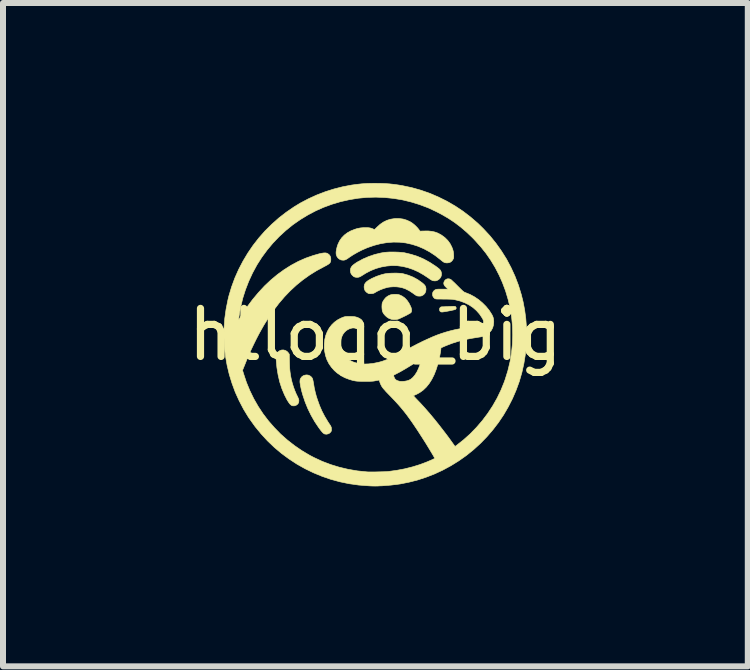
<source format=kicad_pcb>
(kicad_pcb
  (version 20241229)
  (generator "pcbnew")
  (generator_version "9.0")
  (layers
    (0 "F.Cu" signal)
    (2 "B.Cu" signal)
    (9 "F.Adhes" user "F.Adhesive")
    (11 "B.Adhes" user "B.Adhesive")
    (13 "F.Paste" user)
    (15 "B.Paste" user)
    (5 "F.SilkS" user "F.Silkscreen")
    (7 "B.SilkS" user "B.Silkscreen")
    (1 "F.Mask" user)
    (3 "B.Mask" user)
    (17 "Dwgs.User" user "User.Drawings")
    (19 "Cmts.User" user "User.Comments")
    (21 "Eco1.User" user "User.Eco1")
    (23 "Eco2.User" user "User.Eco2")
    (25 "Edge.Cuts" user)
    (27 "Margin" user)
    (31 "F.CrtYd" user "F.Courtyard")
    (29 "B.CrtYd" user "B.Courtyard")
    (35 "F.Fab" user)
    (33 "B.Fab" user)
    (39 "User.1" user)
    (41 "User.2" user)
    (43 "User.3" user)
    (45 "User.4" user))
  (footprint "htlogo_big"
    (layer "F.Cu")
    (at 3.205 2.525)
    (property "Reference" "htlogo_big" (at 0 0 0) (layer "F.SilkS") (effects (font (size 0.8 0.8) (thickness 0.12))))
    (attr through_hole)
    (fp_poly (pts (xy 1.317 -0.47) (xy 1.326 -0.469) (xy 1.332 -0.468) (xy 1.336 -0.465) (xy 1.337 -0.464) (xy 1.345 -0.451) (xy 1.346 -0.436) (xy 1.339 -0.424) (xy 1.335 -0.42) (xy 1.326 -0.417) (xy 1.309 -0.412) (xy 1.286 -0.407) (xy 1.259 -0.401) (xy 1.229 -0.395) (xy 1.198 -0.389) (xy 1.169 -0.384) (xy 1.143 -0.38) (xy 1.123 -0.377) (xy 1.109 -0.376) (xy 1.109 -0.376) (xy 1.093 -0.378) (xy 1.082 -0.384) (xy 1.077 -0.389) (xy 1.069 -0.406) (xy 1.068 -0.424) (xy 1.073 -0.441) (xy 1.083 -0.455) (xy 1.098 -0.462) (xy 1.103 -0.462) (xy 1.112 -0.463) (xy 1.129 -0.463) (xy 1.152 -0.464) (xy 1.181 -0.466) (xy 1.213 -0.467) (xy 1.221 -0.468) (xy 1.257 -0.469) (xy 1.284 -0.47) (xy 1.303 -0.471) (xy 1.317 -0.47)) (stroke (width 0.01) (type solid)) (fill yes) (layer "F.SilkS"))
    (fp_poly (pts (xy 0.352 -0.671) (xy 0.386 -0.666) (xy 0.403 -0.661) (xy 0.448 -0.64) (xy 0.49 -0.61) (xy 0.527 -0.571) (xy 0.559 -0.525) (xy 0.586 -0.471) (xy 0.595 -0.45) (xy 0.602 -0.422) (xy 0.603 -0.396) (xy 0.598 -0.375) (xy 0.591 -0.365) (xy 0.583 -0.359) (xy 0.568 -0.35) (xy 0.546 -0.338) (xy 0.521 -0.324) (xy 0.493 -0.31) (xy 0.464 -0.296) (xy 0.436 -0.283) (xy 0.411 -0.271) (xy 0.391 -0.262) (xy 0.376 -0.257) (xy 0.376 -0.257) (xy 0.343 -0.251) (xy 0.306 -0.25) (xy 0.272 -0.254) (xy 0.264 -0.256) (xy 0.224 -0.271) (xy 0.189 -0.294) (xy 0.163 -0.318) (xy 0.14 -0.345) (xy 0.125 -0.37) (xy 0.115 -0.397) (xy 0.111 -0.429) (xy 0.109 -0.462) (xy 0.11 -0.488) (xy 0.111 -0.506) (xy 0.113 -0.52) (xy 0.118 -0.534) (xy 0.123 -0.546) (xy 0.148 -0.587) (xy 0.178 -0.621) (xy 0.215 -0.646) (xy 0.248 -0.661) (xy 0.279 -0.668) (xy 0.315 -0.671) (xy 0.352 -0.671)) (stroke (width 0.01) (type solid)) (fill yes) (layer "F.SilkS"))
    (fp_poly (pts (xy -1.501 0.264) (xy -1.474 0.279) (xy -1.451 0.303) (xy -1.451 0.304) (xy -1.435 0.326) (xy -1.432 0.456) (xy -1.43 0.513) (xy -1.428 0.562) (xy -1.424 0.605) (xy -1.419 0.645) (xy -1.413 0.685) (xy -1.405 0.726) (xy -1.399 0.754) (xy -1.384 0.812) (xy -1.365 0.873) (xy -1.343 0.933) (xy -1.32 0.988) (xy -1.307 1.014) (xy -1.294 1.041) (xy -1.285 1.061) (xy -1.279 1.076) (xy -1.276 1.089) (xy -1.275 1.101) (xy -1.275 1.105) (xy -1.279 1.133) (xy -1.292 1.155) (xy -1.313 1.173) (xy -1.321 1.177) (xy -1.349 1.187) (xy -1.376 1.187) (xy -1.392 1.183) (xy -1.409 1.172) (xy -1.428 1.153) (xy -1.448 1.125) (xy -1.471 1.089) (xy -1.495 1.042) (xy -1.514 1.005) (xy -1.558 0.9) (xy -1.594 0.79) (xy -1.621 0.673) (xy -1.641 0.551) (xy -1.651 0.443) (xy -1.653 0.403) (xy -1.654 0.372) (xy -1.652 0.347) (xy -1.648 0.328) (xy -1.641 0.312) (xy -1.631 0.298) (xy -1.619 0.286) (xy -1.592 0.267) (xy -1.562 0.257) (xy -1.531 0.256) (xy -1.501 0.264)) (stroke (width 0.01) (type solid)) (fill yes) (layer "F.SilkS"))
    (fp_poly (pts (xy -1.113 0.677) (xy -1.087 0.69) (xy -1.064 0.709) (xy -1.054 0.723) (xy -1.047 0.737) (xy -1.042 0.755) (xy -1.037 0.779) (xy -1.031 0.811) (xy -1.019 0.886) (xy -1.003 0.957) (xy -0.984 1.029) (xy -0.965 1.087) (xy -0.93 1.184) (xy -0.891 1.274) (xy -0.847 1.359) (xy -0.797 1.443) (xy -0.778 1.473) (xy -0.761 1.498) (xy -0.749 1.516) (xy -0.742 1.53) (xy -0.737 1.541) (xy -0.734 1.552) (xy -0.733 1.564) (xy -0.733 1.57) (xy -0.732 1.589) (xy -0.734 1.603) (xy -0.738 1.614) (xy -0.743 1.621) (xy -0.762 1.641) (xy -0.787 1.654) (xy -0.816 1.66) (xy -0.846 1.656) (xy -0.847 1.656) (xy -0.858 1.65) (xy -0.872 1.639) (xy -0.889 1.621) (xy -0.909 1.597) (xy -0.933 1.565) (xy -0.948 1.544) (xy -1.013 1.447) (xy -1.072 1.343) (xy -1.125 1.235) (xy -1.17 1.125) (xy -1.207 1.015) (xy -1.211 1.002) (xy -1.226 0.949) (xy -1.238 0.9) (xy -1.247 0.857) (xy -1.253 0.82) (xy -1.257 0.792) (xy -1.257 0.785) (xy -1.256 0.764) (xy -1.254 0.748) (xy -1.248 0.734) (xy -1.243 0.725) (xy -1.224 0.701) (xy -1.199 0.684) (xy -1.171 0.675) (xy -1.142 0.672) (xy -1.113 0.677)) (stroke (width 0.01) (type solid)) (fill yes) (layer "F.SilkS"))
    (fp_poly (pts (xy 0.356 -1.024) (xy 0.398 -1.022) (xy 0.434 -1.019) (xy 0.462 -1.014) (xy 0.547 -0.99) (xy 0.629 -0.957) (xy 0.706 -0.915) (xy 0.779 -0.863) (xy 0.78 -0.862) (xy 0.807 -0.839) (xy 0.825 -0.819) (xy 0.836 -0.798) (xy 0.842 -0.775) (xy 0.843 -0.754) (xy 0.839 -0.719) (xy 0.825 -0.689) (xy 0.804 -0.665) (xy 0.775 -0.648) (xy 0.774 -0.647) (xy 0.754 -0.642) (xy 0.729 -0.641) (xy 0.705 -0.643) (xy 0.688 -0.647) (xy 0.677 -0.653) (xy 0.661 -0.664) (xy 0.642 -0.677) (xy 0.626 -0.689) (xy 0.563 -0.731) (xy 0.497 -0.764) (xy 0.449 -0.78) (xy 0.403 -0.79) (xy 0.352 -0.796) (xy 0.298 -0.797) (xy 0.244 -0.793) (xy 0.208 -0.788) (xy 0.147 -0.771) (xy 0.085 -0.748) (xy 0.027 -0.72) (xy 0.01 -0.71) (xy -0.011 -0.697) (xy -0.026 -0.69) (xy -0.04 -0.685) (xy -0.055 -0.683) (xy -0.069 -0.682) (xy -0.091 -0.681) (xy -0.107 -0.683) (xy -0.121 -0.688) (xy -0.125 -0.69) (xy -0.153 -0.71) (xy -0.174 -0.735) (xy -0.185 -0.766) (xy -0.188 -0.794) (xy -0.185 -0.819) (xy -0.178 -0.842) (xy -0.164 -0.863) (xy -0.143 -0.884) (xy -0.114 -0.905) (xy -0.076 -0.926) (xy -0.062 -0.934) (xy 0.018 -0.97) (xy 0.104 -0.999) (xy 0.156 -1.012) (xy 0.186 -1.017) (xy 0.224 -1.021) (xy 0.267 -1.023) (xy 0.311 -1.024) (xy 0.356 -1.024)) (stroke (width 0.01) (type solid)) (fill yes) (layer "F.SilkS"))
    (fp_poly (pts (xy 0.34 -1.375) (xy 0.39 -1.373) (xy 0.436 -1.369) (xy 0.476 -1.365) (xy 0.49 -1.362) (xy 0.599 -1.336) (xy 0.704 -1.302) (xy 0.806 -1.258) (xy 0.905 -1.204) (xy 1.002 -1.141) (xy 1.006 -1.138) (xy 1.037 -1.115) (xy 1.06 -1.097) (xy 1.077 -1.08) (xy 1.088 -1.064) (xy 1.095 -1.048) (xy 1.099 -1.031) (xy 1.101 -1.022) (xy 1.1 -0.989) (xy 1.091 -0.96) (xy 1.072 -0.933) (xy 1.068 -0.929) (xy 1.04 -0.908) (xy 1.01 -0.896) (xy 0.978 -0.895) (xy 0.949 -0.901) (xy 0.938 -0.907) (xy 0.92 -0.917) (xy 0.9 -0.93) (xy 0.889 -0.939) (xy 0.801 -0.997) (xy 0.715 -1.046) (xy 0.628 -1.085) (xy 0.541 -1.115) (xy 0.453 -1.136) (xy 0.362 -1.148) (xy 0.361 -1.148) (xy 0.274 -1.15) (xy 0.186 -1.142) (xy 0.097 -1.126) (xy 0.009 -1.101) (xy -0.076 -1.067) (xy -0.157 -1.025) (xy -0.221 -0.985) (xy -0.249 -0.968) (xy -0.273 -0.958) (xy -0.281 -0.956) (xy -0.302 -0.954) (xy -0.325 -0.955) (xy -0.346 -0.96) (xy -0.36 -0.966) (xy -0.36 -0.966) (xy -0.386 -0.989) (xy -0.404 -1.012) (xy -0.413 -1.037) (xy -0.417 -1.066) (xy -0.417 -1.067) (xy -0.415 -1.091) (xy -0.408 -1.112) (xy -0.396 -1.133) (xy -0.378 -1.153) (xy -0.352 -1.174) (xy -0.319 -1.197) (xy -0.293 -1.213) (xy -0.203 -1.261) (xy -0.108 -1.302) (xy -0.01 -1.335) (xy 0.09 -1.359) (xy 0.154 -1.37) (xy 0.193 -1.373) (xy 0.239 -1.376) (xy 0.289 -1.376) (xy 0.34 -1.375)) (stroke (width 0.01) (type solid)) (fill yes) (layer "F.SilkS"))
    (fp_poly (pts (xy 0.402 -1.933) (xy 0.462 -1.925) (xy 0.518 -1.908) (xy 0.574 -1.883) (xy 0.591 -1.873) (xy 0.617 -1.856) (xy 0.647 -1.832) (xy 0.675 -1.806) (xy 0.702 -1.778) (xy 0.722 -1.753) (xy 0.724 -1.751) (xy 0.742 -1.724) (xy 0.822 -1.726) (xy 0.885 -1.726) (xy 0.94 -1.72) (xy 0.991 -1.709) (xy 1.038 -1.692) (xy 1.084 -1.668) (xy 1.104 -1.656) (xy 1.159 -1.615) (xy 1.206 -1.568) (xy 1.244 -1.516) (xy 1.274 -1.458) (xy 1.29 -1.415) (xy 1.297 -1.388) (xy 1.302 -1.358) (xy 1.304 -1.327) (xy 1.305 -1.299) (xy 1.303 -1.276) (xy 1.301 -1.268) (xy 1.288 -1.244) (xy 1.269 -1.221) (xy 1.246 -1.205) (xy 1.242 -1.203) (xy 1.219 -1.197) (xy 1.192 -1.194) (xy 1.165 -1.197) (xy 1.149 -1.202) (xy 1.137 -1.208) (xy 1.121 -1.219) (xy 1.102 -1.234) (xy 1.09 -1.244) (xy 0.998 -1.316) (xy 0.904 -1.378) (xy 0.808 -1.43) (xy 0.71 -1.472) (xy 0.61 -1.504) (xy 0.508 -1.527) (xy 0.405 -1.539) (xy 0.301 -1.541) (xy 0.195 -1.533) (xy 0.087 -1.515) (xy -0.021 -1.487) (xy -0.132 -1.449) (xy -0.153 -1.44) (xy -0.226 -1.408) (xy -0.3 -1.37) (xy -0.37 -1.33) (xy -0.434 -1.288) (xy -0.446 -1.279) (xy -0.471 -1.262) (xy -0.492 -1.25) (xy -0.51 -1.243) (xy -0.528 -1.24) (xy -0.542 -1.24) (xy -0.573 -1.244) (xy -0.601 -1.258) (xy -0.625 -1.278) (xy -0.642 -1.304) (xy -0.653 -1.335) (xy -0.655 -1.359) (xy -0.654 -1.383) (xy -0.649 -1.413) (xy -0.642 -1.446) (xy -0.633 -1.478) (xy -0.623 -1.506) (xy -0.623 -1.507) (xy -0.595 -1.564) (xy -0.56 -1.614) (xy -0.517 -1.658) (xy -0.467 -1.696) (xy -0.409 -1.728) (xy -0.343 -1.754) (xy -0.305 -1.766) (xy -0.277 -1.772) (xy -0.25 -1.777) (xy -0.219 -1.78) (xy -0.188 -1.782) (xy -0.144 -1.782) (xy -0.108 -1.78) (xy -0.076 -1.774) (xy -0.048 -1.764) (xy -0.034 -1.758) (xy -0.015 -1.749) (xy 0.027 -1.79) (xy 0.08 -1.838) (xy 0.134 -1.875) (xy 0.191 -1.903) (xy 0.251 -1.922) (xy 0.315 -1.932) (xy 0.338 -1.934) (xy 0.402 -1.933)) (stroke (width 0.01) (type solid)) (fill yes) (layer "F.SilkS"))
    (fp_poly (pts (xy 0.083 -2.519) (xy 0.162 -2.516) (xy 0.236 -2.511) (xy 0.308 -2.503) (xy 0.381 -2.493) (xy 0.452 -2.481) (xy 0.607 -2.448) (xy 0.759 -2.405) (xy 0.908 -2.353) (xy 1.052 -2.291) (xy 1.193 -2.221) (xy 1.329 -2.142) (xy 1.461 -2.054) (xy 1.586 -1.958) (xy 1.707 -1.854) (xy 1.799 -1.764) (xy 1.909 -1.645) (xy 2.01 -1.52) (xy 2.102 -1.39) (xy 2.186 -1.256) (xy 2.26 -1.116) (xy 2.326 -0.972) (xy 2.383 -0.823) (xy 2.43 -0.67) (xy 2.461 -0.546) (xy 2.487 -0.409) (xy 2.506 -0.266) (xy 2.517 -0.121) (xy 2.519 0.026) (xy 2.514 0.172) (xy 2.501 0.316) (xy 2.499 0.328) (xy 2.474 0.483) (xy 2.44 0.635) (xy 2.397 0.783) (xy 2.344 0.928) (xy 2.283 1.069) (xy 2.213 1.206) (xy 2.136 1.338) (xy 2.05 1.466) (xy 1.957 1.587) (xy 1.857 1.703) (xy 1.75 1.813) (xy 1.636 1.917) (xy 1.516 2.014) (xy 1.39 2.103) (xy 1.258 2.185) (xy 1.121 2.259) (xy 0.978 2.325) (xy 0.846 2.376) (xy 0.703 2.423) (xy 0.558 2.46) (xy 0.411 2.489) (xy 0.26 2.508) (xy 0.107 2.52) (xy 0.07 2.521) (xy 0.041 2.523) (xy 0.018 2.523) (xy -0.004 2.524) (xy -0.025 2.523) (xy -0.048 2.523) (xy -0.075 2.522) (xy -0.11 2.52) (xy -0.122 2.519) (xy -0.281 2.507) (xy -0.437 2.485) (xy -0.591 2.453) (xy -0.742 2.412) (xy -0.89 2.361) (xy -1.033 2.302) (xy -1.173 2.234) (xy -1.308 2.158) (xy -1.438 2.073) (xy -1.563 1.981) (xy -1.683 1.88) (xy -1.796 1.772) (xy -1.903 1.656) (xy -2.004 1.533) (xy -2.097 1.403) (xy -2.115 1.377) (xy -2.197 1.242) (xy -2.27 1.102) (xy -2.335 0.959) (xy -2.389 0.812) (xy -2.435 0.663) (xy -2.471 0.511) (xy -2.498 0.358) (xy -2.516 0.202) (xy -2.523 0.046) (xy -2.522 -0.11) (xy -2.511 -0.249) (xy -2.278 -0.249) (xy -2.278 -0.245) (xy -2.275 -0.25) (xy -2.267 -0.262) (xy -2.256 -0.279) (xy -2.242 -0.301) (xy -2.227 -0.325) (xy -2.139 -0.459) (xy -2.046 -0.584) (xy -1.948 -0.701) (xy -1.847 -0.81) (xy -1.742 -0.909) (xy -1.633 -1) (xy -1.52 -1.082) (xy -1.404 -1.155) (xy -1.285 -1.219) (xy -1.163 -1.273) (xy -1.038 -1.317) (xy -0.936 -1.346) (xy -0.895 -1.355) (xy -0.861 -1.36) (xy -0.834 -1.361) (xy -0.812 -1.357) (xy -0.798 -1.352) (xy -0.772 -1.333) (xy -0.754 -1.309) (xy -0.744 -1.278) (xy -0.743 -1.244) (xy -0.745 -1.225) (xy -0.749 -1.21) (xy -0.757 -1.196) (xy -0.769 -1.183) (xy -0.787 -1.17) (xy -0.812 -1.155) (xy -0.844 -1.138) (xy -0.855 -1.132) (xy -0.98 -1.065) (xy -1.097 -0.992) (xy -1.209 -0.912) (xy -1.315 -0.826) (xy -1.417 -0.732) (xy -1.514 -0.631) (xy -1.608 -0.521) (xy -1.698 -0.402) (xy -1.77 -0.297) (xy -1.815 -0.227) (xy -1.858 -0.158) (xy -1.899 -0.086) (xy -1.941 -0.01) (xy -1.984 0.073) (xy -1.993 0.091) (xy -2.023 0.152) (xy -2.049 0.206) (xy -2.073 0.257) (xy -2.096 0.307) (xy -2.118 0.359) (xy -2.142 0.416) (xy -2.167 0.479) (xy -2.169 0.484) (xy -2.214 0.595) (xy -2.196 0.654) (xy -2.149 0.796) (xy -2.092 0.934) (xy -2.027 1.068) (xy -1.953 1.197) (xy -1.871 1.321) (xy -1.781 1.439) (xy -1.683 1.551) (xy -1.579 1.658) (xy -1.467 1.757) (xy -1.349 1.849) (xy -1.225 1.934) (xy -1.096 2.011) (xy -1.021 2.05) (xy -0.885 2.113) (xy -0.745 2.166) (xy -0.601 2.21) (xy -0.454 2.245) (xy -0.302 2.271) (xy -0.146 2.287) (xy -0.132 2.288) (xy -0.113 2.289) (xy -0.086 2.289) (xy -0.053 2.289) (xy -0.015 2.289) (xy 0.026 2.288) (xy 0.067 2.287) (xy 0.107 2.286) (xy 0.145 2.285) (xy 0.177 2.284) (xy 0.202 2.282) (xy 0.216 2.281) (xy 0.355 2.262) (xy 0.488 2.237) (xy 0.616 2.205) (xy 0.742 2.166) (xy 0.838 2.13) (xy 0.868 2.118) (xy 0.898 2.105) (xy 0.925 2.094) (xy 0.946 2.084) (xy 0.956 2.08) (xy 0.991 2.062) (xy 0.977 2.038) (xy 0.936 1.968) (xy 0.89 1.892) (xy 0.842 1.813) (xy 0.791 1.733) (xy 0.741 1.655) (xy 0.693 1.581) (xy 0.662 1.535) (xy 0.612 1.461) (xy 0.564 1.394) (xy 0.519 1.332) (xy 0.474 1.275) (xy 0.428 1.219) (xy 0.38 1.164) (xy 0.328 1.107) (xy 0.271 1.047) (xy 0.245 1.02) (xy 0.208 0.982) (xy 0.177 0.95) (xy 0.153 0.922) (xy 0.132 0.899) (xy 0.116 0.878) (xy 0.103 0.858) (xy 0.093 0.838) (xy 0.083 0.818) (xy 0.075 0.795) (xy 0.067 0.769) (xy 0.063 0.758) (xy 0.059 0.759) (xy 0.046 0.761) (xy 0.027 0.764) (xy 0.007 0.768) (xy -0.012 0.772) (xy -0.031 0.775) (xy -0.052 0.777) (xy -0.075 0.778) (xy -0.103 0.779) (xy -0.138 0.779) (xy -0.173 0.779) (xy -0.221 0.779) (xy -0.261 0.778) (xy -0.294 0.777) (xy -0.324 0.774) (xy -0.352 0.769) (xy -0.38 0.763) (xy -0.41 0.754) (xy -0.437 0.746) (xy -0.51 0.718) (xy -0.576 0.683) (xy -0.582 0.678) (xy 0.301 0.678) (xy 0.31 0.705) (xy 0.322 0.733) (xy 0.34 0.753) (xy 0.365 0.767) (xy 0.398 0.777) (xy 0.421 0.78) (xy 0.451 0.78) (xy 0.483 0.778) (xy 0.514 0.773) (xy 0.539 0.767) (xy 0.539 0.767) (xy 0.56 0.759) (xy 0.58 0.749) (xy 0.592 0.742) (xy 0.627 0.712) (xy 0.66 0.672) (xy 0.691 0.624) (xy 0.718 0.567) (xy 0.743 0.502) (xy 0.759 0.446) (xy 0.771 0.402) (xy 0.753 0.413) (xy 0.676 0.462) (xy 0.606 0.505) (xy 0.544 0.543) (xy 0.489 0.576) (xy 0.442 0.603) (xy 0.403 0.625) (xy 0.38 0.637) (xy 0.301 0.678) (xy -0.582 0.678) (xy -0.637 0.64) (xy -0.682 0.601) (xy -0.732 0.545) (xy -0.774 0.485) (xy -0.807 0.42) (xy -0.831 0.35) (xy -0.846 0.275) (xy -0.852 0.222) (xy -0.851 0.149) (xy -0.843 0.078) (xy -0.826 0.011) (xy -0.801 -0.051) (xy -0.769 -0.109) (xy -0.729 -0.161) (xy -0.683 -0.206) (xy -0.631 -0.244) (xy -0.573 -0.275) (xy -0.545 -0.286) (xy -0.527 -0.293) (xy -0.512 -0.297) (xy -0.498 -0.3) (xy -0.481 -0.301) (xy -0.461 -0.302) (xy -0.433 -0.302) (xy -0.424 -0.302) (xy -0.384 -0.301) (xy -0.351 -0.299) (xy -0.323 -0.293) (xy -0.297 -0.285) (xy -0.271 -0.273) (xy -0.254 -0.263) (xy -0.228 -0.243) (xy -0.212 -0.219) (xy -0.204 -0.193) (xy -0.206 -0.165) (xy -0.213 -0.145) (xy -0.228 -0.123) (xy -0.247 -0.108) (xy -0.272 -0.101) (xy -0.302 -0.101) (xy -0.327 -0.105) (xy -0.349 -0.109) (xy -0.366 -0.111) (xy -0.382 -0.11) (xy -0.398 -0.107) (xy -0.441 -0.093) (xy -0.481 -0.07) (xy -0.514 -0.04) (xy -0.542 -0.002) (xy -0.563 0.043) (xy -0.572 0.072) (xy -0.577 0.103) (xy -0.579 0.14) (xy -0.577 0.18) (xy -0.573 0.219) (xy -0.565 0.254) (xy -0.562 0.264) (xy -0.54 0.314) (xy -0.509 0.358) (xy -0.472 0.396) (xy -0.427 0.428) (xy -0.376 0.454) (xy -0.319 0.473) (xy -0.256 0.485) (xy -0.189 0.491) (xy -0.117 0.489) (xy -0.04 0.481) (xy 0.039 0.465) (xy 0.061 0.46) (xy 0.094 0.451) (xy 0.126 0.441) (xy 0.158 0.429) (xy 0.191 0.417) (xy 0.227 0.401) (xy 0.266 0.384) (xy 0.309 0.363) (xy 0.357 0.338) (xy 0.412 0.31) (xy 0.474 0.277) (xy 0.511 0.257) (xy 0.611 0.203) (xy 0.705 0.154) (xy 0.792 0.111) (xy 0.875 0.073) (xy 0.953 0.038) (xy 1.027 0.008) (xy 1.1 -0.018) (xy 1.172 -0.041) (xy 1.243 -0.061) (xy 1.316 -0.079) (xy 1.391 -0.094) (xy 1.468 -0.107) (xy 1.55 -0.119) (xy 1.637 -0.129) (xy 1.661 -0.132) (xy 1.697 -0.136) (xy 1.724 -0.14) (xy 1.745 -0.143) (xy 1.76 -0.148) (xy 1.771 -0.154) (xy 1.78 -0.162) (xy 1.788 -0.172) (xy 1.792 -0.178) (xy 1.801 -0.197) (xy 1.803 -0.217) (xy 1.798 -0.239) (xy 1.786 -0.266) (xy 1.781 -0.274) (xy 1.736 -0.341) (xy 1.684 -0.4) (xy 1.626 -0.451) (xy 1.56 -0.495) (xy 1.488 -0.531) (xy 1.409 -0.56) (xy 1.324 -0.581) (xy 1.318 -0.582) (xy 1.3 -0.585) (xy 1.28 -0.588) (xy 1.257 -0.589) (xy 1.227 -0.59) (xy 1.192 -0.591) (xy 1.147 -0.591) (xy 1.137 -0.591) (xy 1.096 -0.592) (xy 1.064 -0.592) (xy 1.04 -0.592) (xy 1.022 -0.593) (xy 1.01 -0.594) (xy 1.001 -0.596) (xy 0.994 -0.598) (xy 0.99 -0.601) (xy 0.987 -0.602) (xy 0.968 -0.621) (xy 0.956 -0.643) (xy 0.952 -0.663) (xy 0.953 -0.692) (xy 0.964 -0.717) (xy 0.982 -0.737) (xy 0.995 -0.745) (xy 1.004 -0.75) (xy 1.013 -0.752) (xy 1.023 -0.755) (xy 1.037 -0.756) (xy 1.056 -0.757) (xy 1.082 -0.757) (xy 1.114 -0.757) (xy 1.21 -0.757) (xy 1.177 -0.789) (xy 1.156 -0.811) (xy 1.144 -0.83) (xy 1.139 -0.849) (xy 1.141 -0.869) (xy 1.147 -0.886) (xy 1.162 -0.908) (xy 1.183 -0.923) (xy 1.207 -0.93) (xy 1.232 -0.928) (xy 1.255 -0.919) (xy 1.263 -0.913) (xy 1.277 -0.9) (xy 1.296 -0.882) (xy 1.319 -0.861) (xy 1.344 -0.836) (xy 1.371 -0.809) (xy 1.4 -0.78) (xy 1.423 -0.757) (xy 1.442 -0.739) (xy 1.456 -0.726) (xy 1.468 -0.717) (xy 1.477 -0.71) (xy 1.486 -0.705) (xy 1.496 -0.701) (xy 1.504 -0.698) (xy 1.578 -0.668) (xy 1.65 -0.629) (xy 1.72 -0.582) (xy 1.784 -0.528) (xy 1.843 -0.469) (xy 1.895 -0.405) (xy 1.938 -0.338) (xy 1.939 -0.337) (xy 1.955 -0.305) (xy 1.965 -0.275) (xy 1.97 -0.244) (xy 1.972 -0.211) (xy 1.967 -0.159) (xy 1.954 -0.113) (xy 1.932 -0.071) (xy 1.9 -0.034) (xy 1.86 -0.001) (xy 1.857 0.001) (xy 1.84 0.011) (xy 1.823 0.019) (xy 1.805 0.026) (xy 1.783 0.032) (xy 1.756 0.038) (xy 1.721 0.043) (xy 1.703 0.046) (xy 1.587 0.065) (xy 1.478 0.087) (xy 1.376 0.114) (xy 1.279 0.145) (xy 1.185 0.181) (xy 1.147 0.197) (xy 1.093 0.221) (xy 1.09 0.251) (xy 1.085 0.286) (xy 1.078 0.327) (xy 1.07 0.372) (xy 1.06 0.417) (xy 1.05 0.459) (xy 1.043 0.485) (xy 1.013 0.581) (xy 0.979 0.668) (xy 0.94 0.746) (xy 0.897 0.814) (xy 0.849 0.874) (xy 0.796 0.925) (xy 0.739 0.966) (xy 0.693 0.991) (xy 0.672 1.001) (xy 0.654 1.009) (xy 0.641 1.014) (xy 0.635 1.016) (xy 0.636 1.019) (xy 0.643 1.029) (xy 0.655 1.043) (xy 0.672 1.061) (xy 0.686 1.076) (xy 0.754 1.147) (xy 0.826 1.226) (xy 0.901 1.312) (xy 0.977 1.403) (xy 1.054 1.499) (xy 1.131 1.598) (xy 1.208 1.699) (xy 1.253 1.761) (xy 1.327 1.864) (xy 1.348 1.849) (xy 1.466 1.756) (xy 1.578 1.656) (xy 1.683 1.548) (xy 1.781 1.434) (xy 1.871 1.315) (xy 1.954 1.189) (xy 2.028 1.059) (xy 2.093 0.924) (xy 2.149 0.786) (xy 2.163 0.745) (xy 2.208 0.6) (xy 2.243 0.454) (xy 2.268 0.306) (xy 2.283 0.157) (xy 2.288 0.007) (xy 2.284 -0.142) (xy 2.27 -0.29) (xy 2.246 -0.438) (xy 2.212 -0.584) (xy 2.169 -0.728) (xy 2.116 -0.869) (xy 2.063 -0.988) (xy 1.997 -1.116) (xy 1.924 -1.237) (xy 1.844 -1.353) (xy 1.755 -1.464) (xy 1.658 -1.572) (xy 1.616 -1.616) (xy 1.519 -1.708) (xy 1.422 -1.791) (xy 1.322 -1.867) (xy 1.217 -1.937) (xy 1.107 -2.001) (xy 1.015 -2.049) (xy 0.878 -2.113) (xy 0.737 -2.166) (xy 0.594 -2.21) (xy 0.449 -2.245) (xy 0.303 -2.269) (xy 0.156 -2.284) (xy 0.008 -2.29) (xy -0.14 -2.286) (xy -0.288 -2.272) (xy -0.434 -2.248) (xy -0.58 -2.215) (xy -0.724 -2.172) (xy -0.865 -2.12) (xy -0.993 -2.063) (xy -1.126 -1.993) (xy -1.254 -1.915) (xy -1.377 -1.829) (xy -1.494 -1.734) (xy -1.604 -1.633) (xy -1.708 -1.524) (xy -1.804 -1.409) (xy -1.893 -1.288) (xy -1.974 -1.161) (xy -2.046 -1.028) (xy -2.049 -1.022) (xy -2.112 -0.885) (xy -2.166 -0.745) (xy -2.211 -0.603) (xy -2.245 -0.458) (xy -2.258 -0.391) (xy -2.263 -0.361) (xy -2.268 -0.331) (xy -2.272 -0.304) (xy -2.275 -0.28) (xy -2.277 -0.261) (xy -2.278 -0.249) (xy -2.511 -0.249) (xy -2.51 -0.267) (xy -2.488 -0.424) (xy -2.457 -0.579) (xy -2.441 -0.645) (xy -2.396 -0.795) (xy -2.342 -0.942) (xy -2.278 -1.086) (xy -2.206 -1.224) (xy -2.126 -1.358) (xy -2.038 -1.487) (xy -1.942 -1.61) (xy -1.838 -1.728) (xy -1.727 -1.838) (xy -1.61 -1.942) (xy -1.485 -2.039) (xy -1.355 -2.128) (xy -1.25 -2.192) (xy -1.117 -2.262) (xy -0.979 -2.325) (xy -0.836 -2.38) (xy -0.691 -2.426) (xy -0.545 -2.463) (xy -0.398 -2.491) (xy -0.325 -2.501) (xy -0.274 -2.507) (xy -0.228 -2.512) (xy -0.183 -2.515) (xy -0.136 -2.518) (xy -0.087 -2.519) (xy -0.03 -2.52) (xy -0.003 -2.52) (xy 0.083 -2.519)) (stroke (width 0.01) (type solid)) (fill yes) (layer "F.SilkS")))
  (gr_rect
    (start -3 -3)
    (end 9.41 8.053)
    (stroke (width 0.1) (type default))
    (fill no)
    (layer "Edge.Cuts")))
</source>
